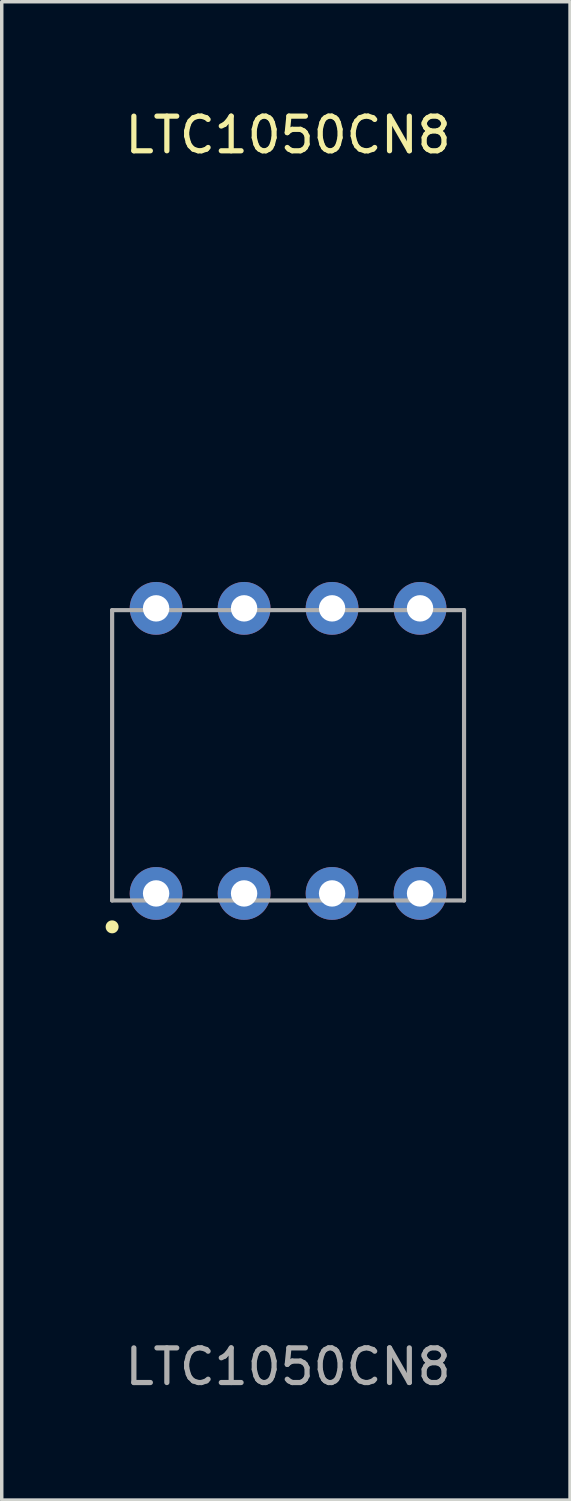
<source format=kicad_pcb>
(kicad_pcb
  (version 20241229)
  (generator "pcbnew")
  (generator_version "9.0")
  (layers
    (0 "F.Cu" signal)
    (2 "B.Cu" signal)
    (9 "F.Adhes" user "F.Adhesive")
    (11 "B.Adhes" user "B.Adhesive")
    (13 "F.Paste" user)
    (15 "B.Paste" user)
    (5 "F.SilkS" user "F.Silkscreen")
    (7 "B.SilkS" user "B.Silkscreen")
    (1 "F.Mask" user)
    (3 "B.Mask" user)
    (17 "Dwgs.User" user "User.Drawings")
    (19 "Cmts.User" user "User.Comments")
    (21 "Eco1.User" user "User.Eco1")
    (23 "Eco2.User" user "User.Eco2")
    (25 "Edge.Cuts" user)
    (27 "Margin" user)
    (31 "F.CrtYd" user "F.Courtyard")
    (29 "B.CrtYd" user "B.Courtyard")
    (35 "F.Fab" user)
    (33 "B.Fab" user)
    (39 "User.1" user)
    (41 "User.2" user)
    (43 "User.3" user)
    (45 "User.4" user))
  (footprint "LTC1050CN8"
    (layer "F.Cu")
    (at 5.267 18.628)
    (property "Reference" "LTC1050CN8" (at 0 -17.78 0) (unlocked yes) (layer "F.SilkS") (effects (font (size 1 1) (thickness 0.15))))
    (attr smd)
    (fp_circle (center -5.08 5.08) (end -4.953 5.08) (stroke (width 0.12) (type solid)) (fill yes) (layer "F.SilkS"))
    (fp_line (start -5.08 -4.064) (end 5.08 -4.064) (stroke (width 0.12) (type solid)) (layer "F.Fab"))
    (fp_line (start -5.08 4.318) (end -5.08 -4.064) (stroke (width 0.12) (type solid)) (layer "F.Fab"))
    (fp_line (start 5.08 -4.064) (end 5.08 4.318) (stroke (width 0.12) (type solid)) (layer "F.Fab"))
    (fp_line (start 5.08 4.318) (end -5.08 4.318) (stroke (width 0.12) (type solid)) (layer "F.Fab"))
    (fp_text user "${REFERENCE}" (at 0 17.78 0) (unlocked yes) (layer "F.Fab") (effects (font (size 1 1) (thickness 0.15))))
    (pad "1" thru_hole circle (at -3.81 4.115) (size 1.524 1.524) (drill 0.762) (layers "*.Cu" "*.Mask"))
    (pad "2" thru_hole circle (at -1.27 4.115) (size 1.524 1.524) (drill 0.762) (layers "*.Cu" "*.Mask"))
    (pad "3" thru_hole circle (at 1.27 4.115) (size 1.524 1.524) (drill 0.762) (layers "*.Cu" "*.Mask"))
    (pad "4" thru_hole circle (at 3.81 4.115) (size 1.524 1.524) (drill 0.762) (layers "*.Cu" "*.Mask"))
    (pad "5" thru_hole circle (at 3.81 -4.115) (size 1.524 1.524) (drill 0.762) (layers "*.Cu" "*.Mask"))
    (pad "6" thru_hole circle (at 1.27 -4.115) (size 1.524 1.524) (drill 0.762) (layers "*.Cu" "*.Mask"))
    (pad "7" thru_hole circle (at -1.27 -4.115) (size 1.524 1.524) (drill 0.762) (layers "*.Cu" "*.Mask"))
    (pad "8" thru_hole circle (at -3.81 -4.115) (size 1.524 1.524) (drill 0.762) (layers "*.Cu" "*.Mask")))
  (gr_rect
    (start -3 -3)
    (end 13.407 40.257)
    (stroke (width 0.1) (type default))
    (fill no)
    (layer "Edge.Cuts")))
</source>
